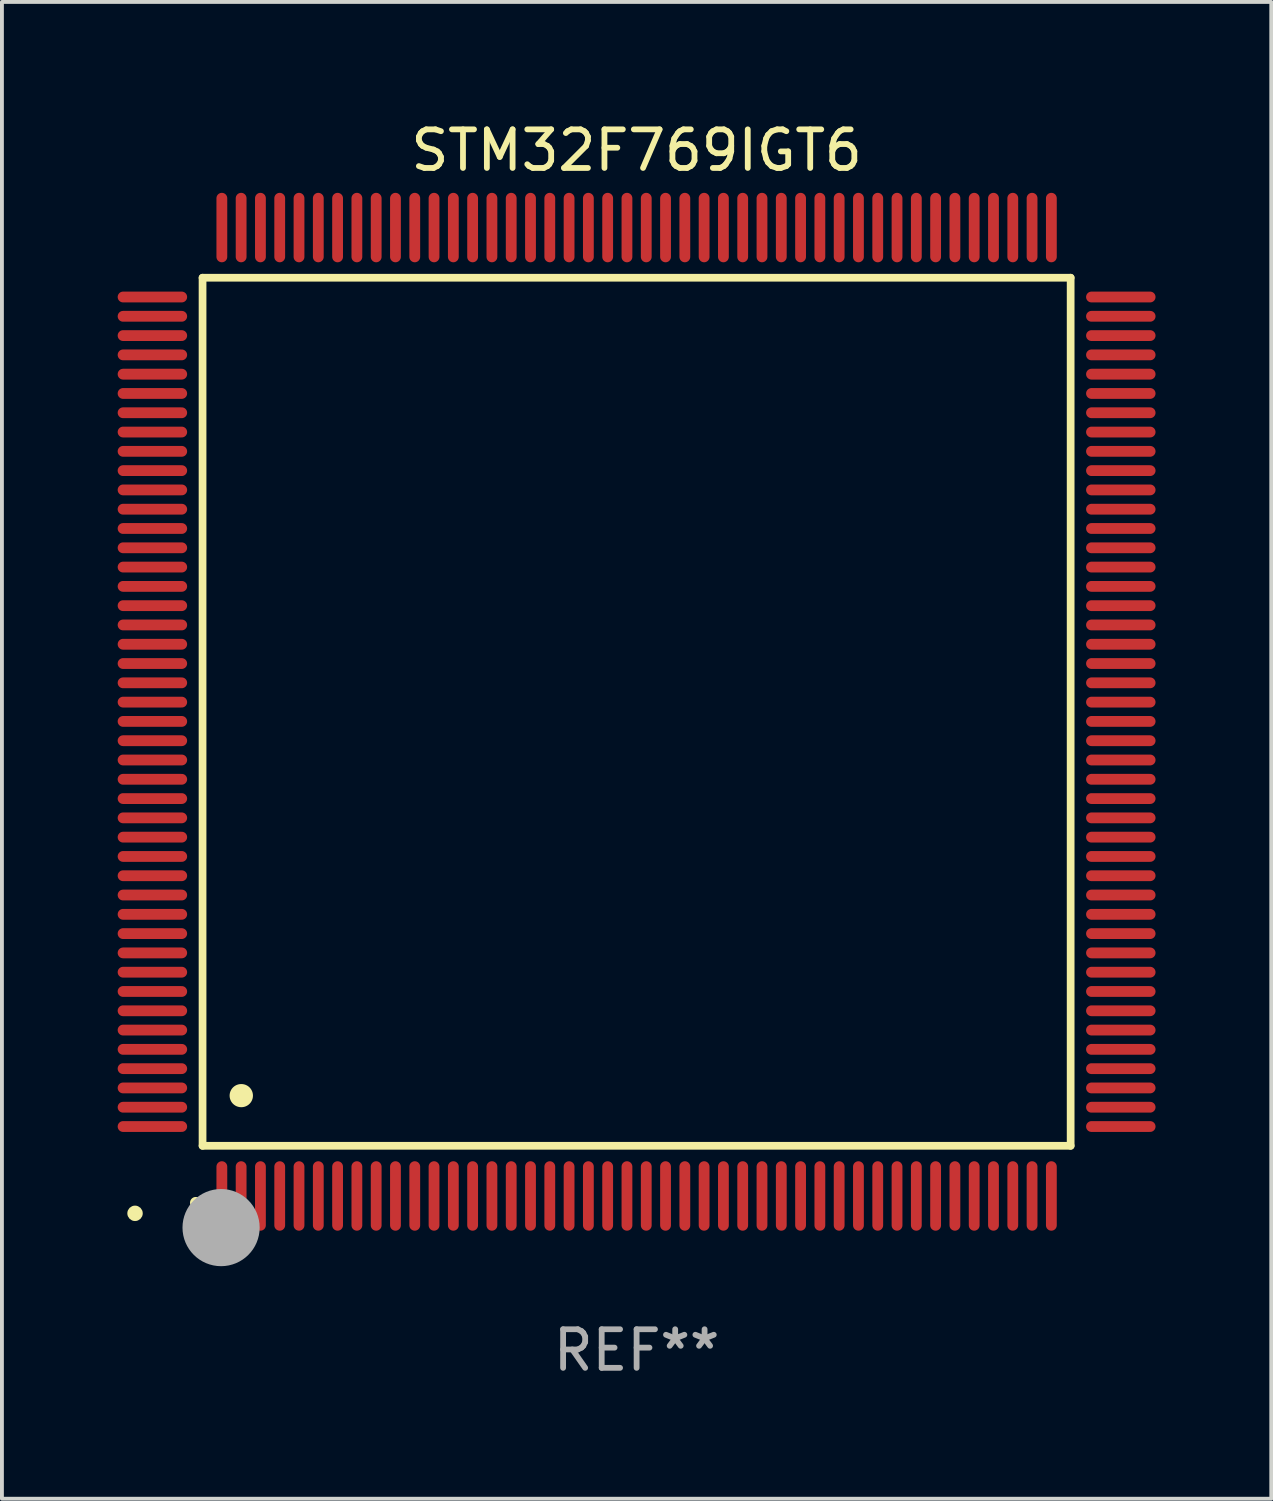
<source format=kicad_pcb>
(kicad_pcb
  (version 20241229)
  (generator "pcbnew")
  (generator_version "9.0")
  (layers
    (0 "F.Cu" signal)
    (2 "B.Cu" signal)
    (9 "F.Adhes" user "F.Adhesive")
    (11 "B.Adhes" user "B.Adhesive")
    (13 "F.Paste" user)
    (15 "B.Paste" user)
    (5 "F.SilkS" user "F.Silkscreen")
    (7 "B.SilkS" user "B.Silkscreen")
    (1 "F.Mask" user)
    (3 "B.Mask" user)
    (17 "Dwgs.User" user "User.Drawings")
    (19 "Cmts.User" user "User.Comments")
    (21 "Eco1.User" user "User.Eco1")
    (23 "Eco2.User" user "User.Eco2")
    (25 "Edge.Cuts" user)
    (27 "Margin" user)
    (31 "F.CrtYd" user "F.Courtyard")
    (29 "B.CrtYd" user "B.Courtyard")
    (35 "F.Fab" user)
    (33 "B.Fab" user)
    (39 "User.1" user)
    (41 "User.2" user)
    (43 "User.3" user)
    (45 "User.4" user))
  (footprint "STM32F769IGT6"
    (layer "F.Cu")
    (at 13.45 15.398)
    (property "Reference" "STM32F769IGT6" (at 0 -14.55 0) (layer "F.SilkS") (effects (font (size 1 1) (thickness 0.15))))
    (attr through_hole)
    (fp_line (start -11.25 -11.25) (end 11.25 -11.25) (stroke (width 0.2) (type solid)) (layer "F.SilkS"))
    (fp_line (start -11.25 11.25) (end -11.25 -11.25) (stroke (width 0.2) (type solid)) (layer "F.SilkS"))
    (fp_line (start 11.25 -11.25) (end 11.25 11.25) (stroke (width 0.2) (type solid)) (layer "F.SilkS"))
    (fp_line (start 11.25 11.25) (end -11.25 11.25) (stroke (width 0.2) (type solid)) (layer "F.SilkS"))
    (fp_arc (start -11.424943 12.725425) (mid -11.423673 12.72542) (end -11.422403 12.725425) (stroke (width 0.3) (type solid)) (layer "F.SilkS"))
    (fp_arc (start -10.24892 9.9492) (mid -10.24638 9.949189) (end -10.24384 9.9492) (stroke (width 0.6) (type solid)) (layer "F.SilkS"))
    (fp_circle (center -13 13) (end -12.9 13) (stroke (width 0.2) (type solid)) (fill no) (layer "F.SilkS"))
    (fp_circle (center -10.77 13.37) (end -10.27 13.37) (stroke (width 1) (type solid)) (fill no) (layer "F.Fab"))
    (fp_text user "REF**" (at 0 16.55 0) (layer "F.Fab") (effects (font (size 1 1) (thickness 0.15))))
    (pad "1" smd oval (at -10.75 12.55) (size 0.28 1.8) (layers "F.Cu" "F.Mask" "F.Paste"))
    (pad "2" smd oval (at -10.25 12.55) (size 0.28 1.8) (layers "F.Cu" "F.Mask" "F.Paste"))
    (pad "3" smd oval (at -9.75 12.55) (size 0.28 1.8) (layers "F.Cu" "F.Mask" "F.Paste"))
    (pad "4" smd oval (at -9.25 12.55) (size 0.28 1.8) (layers "F.Cu" "F.Mask" "F.Paste"))
    (pad "5" smd oval (at -8.75 12.55) (size 0.28 1.8) (layers "F.Cu" "F.Mask" "F.Paste"))
    (pad "6" smd oval (at -8.25 12.55) (size 0.28 1.8) (layers "F.Cu" "F.Mask" "F.Paste"))
    (pad "7" smd oval (at -7.75 12.55) (size 0.28 1.8) (layers "F.Cu" "F.Mask" "F.Paste"))
    (pad "8" smd oval (at -7.25 12.55) (size 0.28 1.8) (layers "F.Cu" "F.Mask" "F.Paste"))
    (pad "9" smd oval (at -6.75 12.55) (size 0.28 1.8) (layers "F.Cu" "F.Mask" "F.Paste"))
    (pad "10" smd oval (at -6.25 12.55) (size 0.28 1.8) (layers "F.Cu" "F.Mask" "F.Paste"))
    (pad "11" smd oval (at -5.75 12.55) (size 0.28 1.8) (layers "F.Cu" "F.Mask" "F.Paste"))
    (pad "12" smd oval (at -5.25 12.55) (size 0.28 1.8) (layers "F.Cu" "F.Mask" "F.Paste"))
    (pad "13" smd oval (at -4.75 12.55) (size 0.28 1.8) (layers "F.Cu" "F.Mask" "F.Paste"))
    (pad "14" smd oval (at -4.25 12.55) (size 0.28 1.8) (layers "F.Cu" "F.Mask" "F.Paste"))
    (pad "15" smd oval (at -3.75 12.55) (size 0.28 1.8) (layers "F.Cu" "F.Mask" "F.Paste"))
    (pad "16" smd oval (at -3.25 12.55) (size 0.28 1.8) (layers "F.Cu" "F.Mask" "F.Paste"))
    (pad "17" smd oval (at -2.75 12.55) (size 0.28 1.8) (layers "F.Cu" "F.Mask" "F.Paste"))
    (pad "18" smd oval (at -2.25 12.55) (size 0.28 1.8) (layers "F.Cu" "F.Mask" "F.Paste"))
    (pad "19" smd oval (at -1.75 12.55) (size 0.28 1.8) (layers "F.Cu" "F.Mask" "F.Paste"))
    (pad "20" smd oval (at -1.25 12.55) (size 0.28 1.8) (layers "F.Cu" "F.Mask" "F.Paste"))
    (pad "21" smd oval (at -0.75 12.55) (size 0.28 1.8) (layers "F.Cu" "F.Mask" "F.Paste"))
    (pad "22" smd oval (at -0.25 12.55) (size 0.28 1.8) (layers "F.Cu" "F.Mask" "F.Paste"))
    (pad "23" smd oval (at 0.25 12.55) (size 0.28 1.8) (layers "F.Cu" "F.Mask" "F.Paste"))
    (pad "24" smd oval (at 0.75 12.55) (size 0.28 1.8) (layers "F.Cu" "F.Mask" "F.Paste"))
    (pad "25" smd oval (at 1.25 12.55) (size 0.28 1.8) (layers "F.Cu" "F.Mask" "F.Paste"))
    (pad "26" smd oval (at 1.75 12.55) (size 0.28 1.8) (layers "F.Cu" "F.Mask" "F.Paste"))
    (pad "27" smd oval (at 2.25 12.55) (size 0.28 1.8) (layers "F.Cu" "F.Mask" "F.Paste"))
    (pad "28" smd oval (at 2.75 12.55) (size 0.28 1.8) (layers "F.Cu" "F.Mask" "F.Paste"))
    (pad "29" smd oval (at 3.25 12.55) (size 0.28 1.8) (layers "F.Cu" "F.Mask" "F.Paste"))
    (pad "30" smd oval (at 3.75 12.55) (size 0.28 1.8) (layers "F.Cu" "F.Mask" "F.Paste"))
    (pad "31" smd oval (at 4.25 12.55) (size 0.28 1.8) (layers "F.Cu" "F.Mask" "F.Paste"))
    (pad "32" smd oval (at 4.75 12.55) (size 0.28 1.8) (layers "F.Cu" "F.Mask" "F.Paste"))
    (pad "33" smd oval (at 5.25 12.55) (size 0.28 1.8) (layers "F.Cu" "F.Mask" "F.Paste"))
    (pad "34" smd oval (at 5.75 12.55) (size 0.28 1.8) (layers "F.Cu" "F.Mask" "F.Paste"))
    (pad "35" smd oval (at 6.25 12.55) (size 0.28 1.8) (layers "F.Cu" "F.Mask" "F.Paste"))
    (pad "36" smd oval (at 6.75 12.55) (size 0.28 1.8) (layers "F.Cu" "F.Mask" "F.Paste"))
    (pad "37" smd oval (at 7.25 12.55) (size 0.28 1.8) (layers "F.Cu" "F.Mask" "F.Paste"))
    (pad "38" smd oval (at 7.75 12.55) (size 0.28 1.8) (layers "F.Cu" "F.Mask" "F.Paste"))
    (pad "39" smd oval (at 8.25 12.55) (size 0.28 1.8) (layers "F.Cu" "F.Mask" "F.Paste"))
    (pad "40" smd oval (at 8.75 12.55) (size 0.28 1.8) (layers "F.Cu" "F.Mask" "F.Paste"))
    (pad "41" smd oval (at 9.25 12.55) (size 0.28 1.8) (layers "F.Cu" "F.Mask" "F.Paste"))
    (pad "42" smd oval (at 9.75 12.55) (size 0.28 1.8) (layers "F.Cu" "F.Mask" "F.Paste"))
    (pad "43" smd oval (at 10.25 12.55) (size 0.28 1.8) (layers "F.Cu" "F.Mask" "F.Paste"))
    (pad "44" smd oval (at 10.75 12.55) (size 0.28 1.8) (layers "F.Cu" "F.Mask" "F.Paste"))
    (pad "45" smd oval (at 12.55 10.75) (size 1.8 0.28) (layers "F.Cu" "F.Mask" "F.Paste"))
    (pad "46" smd oval (at 12.55 10.25) (size 1.8 0.28) (layers "F.Cu" "F.Mask" "F.Paste"))
    (pad "47" smd oval (at 12.55 9.75) (size 1.8 0.28) (layers "F.Cu" "F.Mask" "F.Paste"))
    (pad "48" smd oval (at 12.55 9.25) (size 1.8 0.28) (layers "F.Cu" "F.Mask" "F.Paste"))
    (pad "49" smd oval (at 12.55 8.75) (size 1.8 0.28) (layers "F.Cu" "F.Mask" "F.Paste"))
    (pad "50" smd oval (at 12.55 8.25) (size 1.8 0.28) (layers "F.Cu" "F.Mask" "F.Paste"))
    (pad "51" smd oval (at 12.55 7.75) (size 1.8 0.28) (layers "F.Cu" "F.Mask" "F.Paste"))
    (pad "52" smd oval (at 12.55 7.25) (size 1.8 0.28) (layers "F.Cu" "F.Mask" "F.Paste"))
    (pad "53" smd oval (at 12.55 6.75) (size 1.8 0.28) (layers "F.Cu" "F.Mask" "F.Paste"))
    (pad "54" smd oval (at 12.55 6.25) (size 1.8 0.28) (layers "F.Cu" "F.Mask" "F.Paste"))
    (pad "55" smd oval (at 12.55 5.75) (size 1.8 0.28) (layers "F.Cu" "F.Mask" "F.Paste"))
    (pad "56" smd oval (at 12.55 5.25) (size 1.8 0.28) (layers "F.Cu" "F.Mask" "F.Paste"))
    (pad "57" smd oval (at 12.55 4.75) (size 1.8 0.28) (layers "F.Cu" "F.Mask" "F.Paste"))
    (pad "58" smd oval (at 12.55 4.25) (size 1.8 0.28) (layers "F.Cu" "F.Mask" "F.Paste"))
    (pad "59" smd oval (at 12.55 3.75) (size 1.8 0.28) (layers "F.Cu" "F.Mask" "F.Paste"))
    (pad "60" smd oval (at 12.55 3.25) (size 1.8 0.28) (layers "F.Cu" "F.Mask" "F.Paste"))
    (pad "61" smd oval (at 12.55 2.75) (size 1.8 0.28) (layers "F.Cu" "F.Mask" "F.Paste"))
    (pad "62" smd oval (at 12.55 2.25) (size 1.8 0.28) (layers "F.Cu" "F.Mask" "F.Paste"))
    (pad "63" smd oval (at 12.55 1.75) (size 1.8 0.28) (layers "F.Cu" "F.Mask" "F.Paste"))
    (pad "64" smd oval (at 12.55 1.25) (size 1.8 0.28) (layers "F.Cu" "F.Mask" "F.Paste"))
    (pad "65" smd oval (at 12.55 0.75) (size 1.8 0.28) (layers "F.Cu" "F.Mask" "F.Paste"))
    (pad "66" smd oval (at 12.55 0.25) (size 1.8 0.28) (layers "F.Cu" "F.Mask" "F.Paste"))
    (pad "67" smd oval (at 12.55 -0.25) (size 1.8 0.28) (layers "F.Cu" "F.Mask" "F.Paste"))
    (pad "68" smd oval (at 12.55 -0.75) (size 1.8 0.28) (layers "F.Cu" "F.Mask" "F.Paste"))
    (pad "69" smd oval (at 12.55 -1.25) (size 1.8 0.28) (layers "F.Cu" "F.Mask" "F.Paste"))
    (pad "70" smd oval (at 12.55 -1.75) (size 1.8 0.28) (layers "F.Cu" "F.Mask" "F.Paste"))
    (pad "71" smd oval (at 12.55 -2.25) (size 1.8 0.28) (layers "F.Cu" "F.Mask" "F.Paste"))
    (pad "72" smd oval (at 12.55 -2.75) (size 1.8 0.28) (layers "F.Cu" "F.Mask" "F.Paste"))
    (pad "73" smd oval (at 12.55 -3.25) (size 1.8 0.28) (layers "F.Cu" "F.Mask" "F.Paste"))
    (pad "74" smd oval (at 12.55 -3.75) (size 1.8 0.28) (layers "F.Cu" "F.Mask" "F.Paste"))
    (pad "75" smd oval (at 12.55 -4.25) (size 1.8 0.28) (layers "F.Cu" "F.Mask" "F.Paste"))
    (pad "76" smd oval (at 12.55 -4.75) (size 1.8 0.28) (layers "F.Cu" "F.Mask" "F.Paste"))
    (pad "77" smd oval (at 12.55 -5.25) (size 1.8 0.28) (layers "F.Cu" "F.Mask" "F.Paste"))
    (pad "78" smd oval (at 12.55 -5.75) (size 1.8 0.28) (layers "F.Cu" "F.Mask" "F.Paste"))
    (pad "79" smd oval (at 12.55 -6.25) (size 1.8 0.28) (layers "F.Cu" "F.Mask" "F.Paste"))
    (pad "80" smd oval (at 12.55 -6.75) (size 1.8 0.28) (layers "F.Cu" "F.Mask" "F.Paste"))
    (pad "81" smd oval (at 12.55 -7.25) (size 1.8 0.28) (layers "F.Cu" "F.Mask" "F.Paste"))
    (pad "82" smd oval (at 12.55 -7.75) (size 1.8 0.28) (layers "F.Cu" "F.Mask" "F.Paste"))
    (pad "83" smd oval (at 12.55 -8.25) (size 1.8 0.28) (layers "F.Cu" "F.Mask" "F.Paste"))
    (pad "84" smd oval (at 12.55 -8.75) (size 1.8 0.28) (layers "F.Cu" "F.Mask" "F.Paste"))
    (pad "85" smd oval (at 12.55 -9.25) (size 1.8 0.28) (layers "F.Cu" "F.Mask" "F.Paste"))
    (pad "86" smd oval (at 12.55 -9.75) (size 1.8 0.28) (layers "F.Cu" "F.Mask" "F.Paste"))
    (pad "87" smd oval (at 12.55 -10.25) (size 1.8 0.28) (layers "F.Cu" "F.Mask" "F.Paste"))
    (pad "88" smd oval (at 12.55 -10.75) (size 1.8 0.28) (layers "F.Cu" "F.Mask" "F.Paste"))
    (pad "89" smd oval (at 10.75 -12.55) (size 0.28 1.8) (layers "F.Cu" "F.Mask" "F.Paste"))
    (pad "90" smd oval (at 10.25 -12.55) (size 0.28 1.8) (layers "F.Cu" "F.Mask" "F.Paste"))
    (pad "91" smd oval (at 9.75 -12.55) (size 0.28 1.8) (layers "F.Cu" "F.Mask" "F.Paste"))
    (pad "92" smd oval (at 9.25 -12.55) (size 0.28 1.8) (layers "F.Cu" "F.Mask" "F.Paste"))
    (pad "93" smd oval (at 8.75 -12.55) (size 0.28 1.8) (layers "F.Cu" "F.Mask" "F.Paste"))
    (pad "94" smd oval (at 8.25 -12.55) (size 0.28 1.8) (layers "F.Cu" "F.Mask" "F.Paste"))
    (pad "95" smd oval (at 7.75 -12.55) (size 0.28 1.8) (layers "F.Cu" "F.Mask" "F.Paste"))
    (pad "96" smd oval (at 7.25 -12.55) (size 0.28 1.8) (layers "F.Cu" "F.Mask" "F.Paste"))
    (pad "97" smd oval (at 6.75 -12.55) (size 0.28 1.8) (layers "F.Cu" "F.Mask" "F.Paste"))
    (pad "98" smd oval (at 6.25 -12.55) (size 0.28 1.8) (layers "F.Cu" "F.Mask" "F.Paste"))
    (pad "99" smd oval (at 5.75 -12.55) (size 0.28 1.8) (layers "F.Cu" "F.Mask" "F.Paste"))
    (pad "100" smd oval (at 5.25 -12.55) (size 0.28 1.8) (layers "F.Cu" "F.Mask" "F.Paste"))
    (pad "101" smd oval (at 4.75 -12.55) (size 0.28 1.8) (layers "F.Cu" "F.Mask" "F.Paste"))
    (pad "102" smd oval (at 4.25 -12.55) (size 0.28 1.8) (layers "F.Cu" "F.Mask" "F.Paste"))
    (pad "103" smd oval (at 3.75 -12.55) (size 0.28 1.8) (layers "F.Cu" "F.Mask" "F.Paste"))
    (pad "104" smd oval (at 3.25 -12.55) (size 0.28 1.8) (layers "F.Cu" "F.Mask" "F.Paste"))
    (pad "105" smd oval (at 2.75 -12.55) (size 0.28 1.8) (layers "F.Cu" "F.Mask" "F.Paste"))
    (pad "106" smd oval (at 2.25 -12.55) (size 0.28 1.8) (layers "F.Cu" "F.Mask" "F.Paste"))
    (pad "107" smd oval (at 1.75 -12.55) (size 0.28 1.8) (layers "F.Cu" "F.Mask" "F.Paste"))
    (pad "108" smd oval (at 1.25 -12.55) (size 0.28 1.8) (layers "F.Cu" "F.Mask" "F.Paste"))
    (pad "109" smd oval (at 0.75 -12.55) (size 0.28 1.8) (layers "F.Cu" "F.Mask" "F.Paste"))
    (pad "110" smd oval (at 0.25 -12.55) (size 0.28 1.8) (layers "F.Cu" "F.Mask" "F.Paste"))
    (pad "111" smd oval (at -0.25 -12.55) (size 0.28 1.8) (layers "F.Cu" "F.Mask" "F.Paste"))
    (pad "112" smd oval (at -0.75 -12.55) (size 0.28 1.8) (layers "F.Cu" "F.Mask" "F.Paste"))
    (pad "113" smd oval (at -1.25 -12.55) (size 0.28 1.8) (layers "F.Cu" "F.Mask" "F.Paste"))
    (pad "114" smd oval (at -1.75 -12.55) (size 0.28 1.8) (layers "F.Cu" "F.Mask" "F.Paste"))
    (pad "115" smd oval (at -2.25 -12.55) (size 0.28 1.8) (layers "F.Cu" "F.Mask" "F.Paste"))
    (pad "116" smd oval (at -2.75 -12.55) (size 0.28 1.8) (layers "F.Cu" "F.Mask" "F.Paste"))
    (pad "117" smd oval (at -3.25 -12.55) (size 0.28 1.8) (layers "F.Cu" "F.Mask" "F.Paste"))
    (pad "118" smd oval (at -3.75 -12.55) (size 0.28 1.8) (layers "F.Cu" "F.Mask" "F.Paste"))
    (pad "119" smd oval (at -4.25 -12.55) (size 0.28 1.8) (layers "F.Cu" "F.Mask" "F.Paste"))
    (pad "120" smd oval (at -4.75 -12.55) (size 0.28 1.8) (layers "F.Cu" "F.Mask" "F.Paste"))
    (pad "121" smd oval (at -5.25 -12.55) (size 0.28 1.8) (layers "F.Cu" "F.Mask" "F.Paste"))
    (pad "122" smd oval (at -5.75 -12.55) (size 0.28 1.8) (layers "F.Cu" "F.Mask" "F.Paste"))
    (pad "123" smd oval (at -6.25 -12.55) (size 0.28 1.8) (layers "F.Cu" "F.Mask" "F.Paste"))
    (pad "124" smd oval (at -6.75 -12.55) (size 0.28 1.8) (layers "F.Cu" "F.Mask" "F.Paste"))
    (pad "125" smd oval (at -7.25 -12.55) (size 0.28 1.8) (layers "F.Cu" "F.Mask" "F.Paste"))
    (pad "126" smd oval (at -7.75 -12.55) (size 0.28 1.8) (layers "F.Cu" "F.Mask" "F.Paste"))
    (pad "127" smd oval (at -8.25 -12.55) (size 0.28 1.8) (layers "F.Cu" "F.Mask" "F.Paste"))
    (pad "128" smd oval (at -8.75 -12.55) (size 0.28 1.8) (layers "F.Cu" "F.Mask" "F.Paste"))
    (pad "129" smd oval (at -9.25 -12.55) (size 0.28 1.8) (layers "F.Cu" "F.Mask" "F.Paste"))
    (pad "130" smd oval (at -9.75 -12.55) (size 0.28 1.8) (layers "F.Cu" "F.Mask" "F.Paste"))
    (pad "131" smd oval (at -10.25 -12.55) (size 0.28 1.8) (layers "F.Cu" "F.Mask" "F.Paste"))
    (pad "132" smd oval (at -10.75 -12.55) (size 0.28 1.8) (layers "F.Cu" "F.Mask" "F.Paste"))
    (pad "133" smd oval (at -12.55 -10.75) (size 1.8 0.28) (layers "F.Cu" "F.Mask" "F.Paste"))
    (pad "134" smd oval (at -12.55 -10.25) (size 1.8 0.28) (layers "F.Cu" "F.Mask" "F.Paste"))
    (pad "135" smd oval (at -12.55 -9.75) (size 1.8 0.28) (layers "F.Cu" "F.Mask" "F.Paste"))
    (pad "136" smd oval (at -12.55 -9.25) (size 1.8 0.28) (layers "F.Cu" "F.Mask" "F.Paste"))
    (pad "137" smd oval (at -12.55 -8.75) (size 1.8 0.28) (layers "F.Cu" "F.Mask" "F.Paste"))
    (pad "138" smd oval (at -12.55 -8.25) (size 1.8 0.28) (layers "F.Cu" "F.Mask" "F.Paste"))
    (pad "139" smd oval (at -12.55 -7.75) (size 1.8 0.28) (layers "F.Cu" "F.Mask" "F.Paste"))
    (pad "140" smd oval (at -12.55 -7.25) (size 1.8 0.28) (layers "F.Cu" "F.Mask" "F.Paste"))
    (pad "141" smd oval (at -12.55 -6.75) (size 1.8 0.28) (layers "F.Cu" "F.Mask" "F.Paste"))
    (pad "142" smd oval (at -12.55 -6.25) (size 1.8 0.28) (layers "F.Cu" "F.Mask" "F.Paste"))
    (pad "143" smd oval (at -12.55 -5.75) (size 1.8 0.28) (layers "F.Cu" "F.Mask" "F.Paste"))
    (pad "144" smd oval (at -12.55 -5.25) (size 1.8 0.28) (layers "F.Cu" "F.Mask" "F.Paste"))
    (pad "145" smd oval (at -12.55 -4.75) (size 1.8 0.28) (layers "F.Cu" "F.Mask" "F.Paste"))
    (pad "146" smd oval (at -12.55 -4.25) (size 1.8 0.28) (layers "F.Cu" "F.Mask" "F.Paste"))
    (pad "147" smd oval (at -12.55 -3.75) (size 1.8 0.28) (layers "F.Cu" "F.Mask" "F.Paste"))
    (pad "148" smd oval (at -12.55 -3.25) (size 1.8 0.28) (layers "F.Cu" "F.Mask" "F.Paste"))
    (pad "149" smd oval (at -12.55 -2.75) (size 1.8 0.28) (layers "F.Cu" "F.Mask" "F.Paste"))
    (pad "150" smd oval (at -12.55 -2.25) (size 1.8 0.28) (layers "F.Cu" "F.Mask" "F.Paste"))
    (pad "151" smd oval (at -12.55 -1.75) (size 1.8 0.28) (layers "F.Cu" "F.Mask" "F.Paste"))
    (pad "152" smd oval (at -12.55 -1.25) (size 1.8 0.28) (layers "F.Cu" "F.Mask" "F.Paste"))
    (pad "153" smd oval (at -12.55 -0.75) (size 1.8 0.28) (layers "F.Cu" "F.Mask" "F.Paste"))
    (pad "154" smd oval (at -12.55 -0.25) (size 1.8 0.28) (layers "F.Cu" "F.Mask" "F.Paste"))
    (pad "155" smd oval (at -12.55 0.25) (size 1.8 0.28) (layers "F.Cu" "F.Mask" "F.Paste"))
    (pad "156" smd oval (at -12.55 0.75) (size 1.8 0.28) (layers "F.Cu" "F.Mask" "F.Paste"))
    (pad "157" smd oval (at -12.55 1.25) (size 1.8 0.28) (layers "F.Cu" "F.Mask" "F.Paste"))
    (pad "158" smd oval (at -12.55 1.75) (size 1.8 0.28) (layers "F.Cu" "F.Mask" "F.Paste"))
    (pad "159" smd oval (at -12.55 2.25) (size 1.8 0.28) (layers "F.Cu" "F.Mask" "F.Paste"))
    (pad "160" smd oval (at -12.55 2.75) (size 1.8 0.28) (layers "F.Cu" "F.Mask" "F.Paste"))
    (pad "161" smd oval (at -12.55 3.25) (size 1.8 0.28) (layers "F.Cu" "F.Mask" "F.Paste"))
    (pad "162" smd oval (at -12.55 3.75) (size 1.8 0.28) (layers "F.Cu" "F.Mask" "F.Paste"))
    (pad "163" smd oval (at -12.55 4.25) (size 1.8 0.28) (layers "F.Cu" "F.Mask" "F.Paste"))
    (pad "164" smd oval (at -12.55 4.75) (size 1.8 0.28) (layers "F.Cu" "F.Mask" "F.Paste"))
    (pad "165" smd oval (at -12.55 5.25) (size 1.8 0.28) (layers "F.Cu" "F.Mask" "F.Paste"))
    (pad "166" smd oval (at -12.55 5.75) (size 1.8 0.28) (layers "F.Cu" "F.Mask" "F.Paste"))
    (pad "167" smd oval (at -12.55 6.25) (size 1.8 0.28) (layers "F.Cu" "F.Mask" "F.Paste"))
    (pad "168" smd oval (at -12.55 6.75) (size 1.8 0.28) (layers "F.Cu" "F.Mask" "F.Paste"))
    (pad "169" smd oval (at -12.55 7.25) (size 1.8 0.28) (layers "F.Cu" "F.Mask" "F.Paste"))
    (pad "170" smd oval (at -12.55 7.75) (size 1.8 0.28) (layers "F.Cu" "F.Mask" "F.Paste"))
    (pad "171" smd oval (at -12.55 8.25) (size 1.8 0.28) (layers "F.Cu" "F.Mask" "F.Paste"))
    (pad "172" smd oval (at -12.55 8.75) (size 1.8 0.28) (layers "F.Cu" "F.Mask" "F.Paste"))
    (pad "173" smd oval (at -12.55 9.25) (size 1.8 0.28) (layers "F.Cu" "F.Mask" "F.Paste"))
    (pad "174" smd oval (at -12.55 9.75) (size 1.8 0.28) (layers "F.Cu" "F.Mask" "F.Paste"))
    (pad "175" smd oval (at -12.55 10.25) (size 1.8 0.28) (layers "F.Cu" "F.Mask" "F.Paste"))
    (pad "176" smd oval (at -12.55 10.75) (size 1.8 0.28) (layers "F.Cu" "F.Mask" "F.Paste")))
  (gr_rect
    (start -3 -3)
    (end 29.9 35.796)
    (stroke (width 0.1) (type default))
    (fill no)
    (layer "Edge.Cuts")))
</source>
